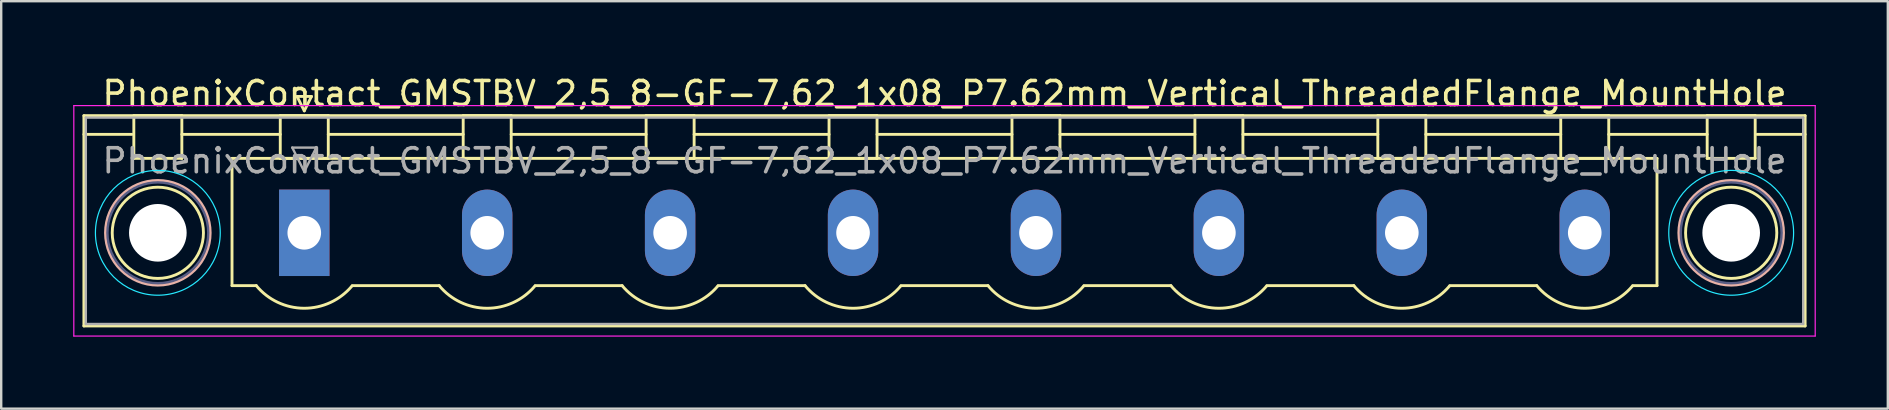
<source format=kicad_pcb>
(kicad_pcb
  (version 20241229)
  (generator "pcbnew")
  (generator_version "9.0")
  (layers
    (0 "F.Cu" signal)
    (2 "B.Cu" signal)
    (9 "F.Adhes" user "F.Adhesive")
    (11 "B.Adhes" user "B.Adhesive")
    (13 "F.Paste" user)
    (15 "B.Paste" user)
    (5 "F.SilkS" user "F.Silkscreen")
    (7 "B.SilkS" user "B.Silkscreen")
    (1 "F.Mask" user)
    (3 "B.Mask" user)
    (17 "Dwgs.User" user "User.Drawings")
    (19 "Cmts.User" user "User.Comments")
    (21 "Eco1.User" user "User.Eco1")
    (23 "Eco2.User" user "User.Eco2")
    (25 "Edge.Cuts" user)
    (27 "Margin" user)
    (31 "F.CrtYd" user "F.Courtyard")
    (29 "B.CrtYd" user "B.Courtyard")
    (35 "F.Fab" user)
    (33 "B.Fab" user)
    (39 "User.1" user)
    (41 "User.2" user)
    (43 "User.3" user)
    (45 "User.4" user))
  (footprint "PhoenixContact_GMSTBV_2,5_8-GF-7,62_1x08_P7.62mm_Vertical_ThreadedFlange_MountHole"
    (layer "F.Cu")
    (at 9.625 6.648)
    (property "Reference" "PhoenixContact_GMSTBV_2,5_8-GF-7,62_1x08_P7.62mm_Vertical_ThreadedFlange_MountHole" (at 26.67 -5.8 0) (layer "F.SilkS") (effects (font (size 1 1) (thickness 0.15))))
    (attr through_hole)
    (fp_line (start -9.18 -4.88) (end -9.18 3.88) (stroke (width 0.12) (type solid)) (layer "F.SilkS"))
    (fp_line (start -9.18 -4.1) (end -7.18 -4.1) (stroke (width 0.12) (type solid)) (layer "F.SilkS"))
    (fp_line (start -9.18 3.88) (end 62.52 3.88) (stroke (width 0.12) (type solid)) (layer "F.SilkS"))
    (fp_line (start -7.1 -4.88) (end -5.1 -4.88) (stroke (width 0.12) (type solid)) (layer "F.SilkS"))
    (fp_line (start -7.1 -3.1) (end -7.1 -4.88) (stroke (width 0.12) (type solid)) (layer "F.SilkS"))
    (fp_line (start -5.1 -4.88) (end -5.1 -3.1) (stroke (width 0.12) (type solid)) (layer "F.SilkS"))
    (fp_line (start -5.1 -4.1) (end -1 -4.1) (stroke (width 0.12) (type solid)) (layer "F.SilkS"))
    (fp_line (start -5.1 -3.1) (end -7.1 -3.1) (stroke (width 0.12) (type solid)) (layer "F.SilkS"))
    (fp_line (start -3.01 -3.1) (end 56.35 -3.1) (stroke (width 0.12) (type solid)) (layer "F.SilkS"))
    (fp_line (start -3.01 2.2) (end -3.01 -3.1) (stroke (width 0.12) (type solid)) (layer "F.SilkS"))
    (fp_line (start -2 2.2) (end -3.01 2.2) (stroke (width 0.12) (type solid)) (layer "F.SilkS"))
    (fp_line (start -1 -4.88) (end 1 -4.88) (stroke (width 0.12) (type solid)) (layer "F.SilkS"))
    (fp_line (start -1 -3.1) (end -1 -4.88) (stroke (width 0.12) (type solid)) (layer "F.SilkS"))
    (fp_line (start -0.3 -5.68) (end 0.3 -5.68) (stroke (width 0.12) (type solid)) (layer "F.SilkS"))
    (fp_line (start 0 -5.08) (end -0.3 -5.68) (stroke (width 0.12) (type solid)) (layer "F.SilkS"))
    (fp_line (start 0.3 -5.68) (end 0 -5.08) (stroke (width 0.12) (type solid)) (layer "F.SilkS"))
    (fp_line (start 1 -4.88) (end 1 -3.1) (stroke (width 0.12) (type solid)) (layer "F.SilkS"))
    (fp_line (start 1 -4.1) (end 6.62 -4.1) (stroke (width 0.12) (type solid)) (layer "F.SilkS"))
    (fp_line (start 1 -3.1) (end -1 -3.1) (stroke (width 0.12) (type solid)) (layer "F.SilkS"))
    (fp_line (start 2 2.2) (end 5.62 2.2) (stroke (width 0.12) (type solid)) (layer "F.SilkS"))
    (fp_line (start 6.62 -4.88) (end 8.62 -4.88) (stroke (width 0.12) (type solid)) (layer "F.SilkS"))
    (fp_line (start 6.62 -3.1) (end 6.62 -4.88) (stroke (width 0.12) (type solid)) (layer "F.SilkS"))
    (fp_line (start 8.62 -4.88) (end 8.62 -3.1) (stroke (width 0.12) (type solid)) (layer "F.SilkS"))
    (fp_line (start 8.62 -4.1) (end 14.24 -4.1) (stroke (width 0.12) (type solid)) (layer "F.SilkS"))
    (fp_line (start 8.62 -3.1) (end 6.62 -3.1) (stroke (width 0.12) (type solid)) (layer "F.SilkS"))
    (fp_line (start 9.62 2.2) (end 13.24 2.2) (stroke (width 0.12) (type solid)) (layer "F.SilkS"))
    (fp_line (start 14.24 -4.88) (end 16.24 -4.88) (stroke (width 0.12) (type solid)) (layer "F.SilkS"))
    (fp_line (start 14.24 -3.1) (end 14.24 -4.88) (stroke (width 0.12) (type solid)) (layer "F.SilkS"))
    (fp_line (start 16.24 -4.88) (end 16.24 -3.1) (stroke (width 0.12) (type solid)) (layer "F.SilkS"))
    (fp_line (start 16.24 -4.1) (end 21.86 -4.1) (stroke (width 0.12) (type solid)) (layer "F.SilkS"))
    (fp_line (start 16.24 -3.1) (end 14.24 -3.1) (stroke (width 0.12) (type solid)) (layer "F.SilkS"))
    (fp_line (start 17.24 2.2) (end 20.86 2.2) (stroke (width 0.12) (type solid)) (layer "F.SilkS"))
    (fp_line (start 21.86 -4.88) (end 23.86 -4.88) (stroke (width 0.12) (type solid)) (layer "F.SilkS"))
    (fp_line (start 21.86 -3.1) (end 21.86 -4.88) (stroke (width 0.12) (type solid)) (layer "F.SilkS"))
    (fp_line (start 23.86 -4.88) (end 23.86 -3.1) (stroke (width 0.12) (type solid)) (layer "F.SilkS"))
    (fp_line (start 23.86 -4.1) (end 29.48 -4.1) (stroke (width 0.12) (type solid)) (layer "F.SilkS"))
    (fp_line (start 23.86 -3.1) (end 21.86 -3.1) (stroke (width 0.12) (type solid)) (layer "F.SilkS"))
    (fp_line (start 24.86 2.2) (end 28.48 2.2) (stroke (width 0.12) (type solid)) (layer "F.SilkS"))
    (fp_line (start 29.48 -4.88) (end 31.48 -4.88) (stroke (width 0.12) (type solid)) (layer "F.SilkS"))
    (fp_line (start 29.48 -3.1) (end 29.48 -4.88) (stroke (width 0.12) (type solid)) (layer "F.SilkS"))
    (fp_line (start 31.48 -4.88) (end 31.48 -3.1) (stroke (width 0.12) (type solid)) (layer "F.SilkS"))
    (fp_line (start 31.48 -4.1) (end 37.1 -4.1) (stroke (width 0.12) (type solid)) (layer "F.SilkS"))
    (fp_line (start 31.48 -3.1) (end 29.48 -3.1) (stroke (width 0.12) (type solid)) (layer "F.SilkS"))
    (fp_line (start 32.48 2.2) (end 36.1 2.2) (stroke (width 0.12) (type solid)) (layer "F.SilkS"))
    (fp_line (start 37.1 -4.88) (end 39.1 -4.88) (stroke (width 0.12) (type solid)) (layer "F.SilkS"))
    (fp_line (start 37.1 -3.1) (end 37.1 -4.88) (stroke (width 0.12) (type solid)) (layer "F.SilkS"))
    (fp_line (start 39.1 -4.88) (end 39.1 -3.1) (stroke (width 0.12) (type solid)) (layer "F.SilkS"))
    (fp_line (start 39.1 -4.1) (end 44.72 -4.1) (stroke (width 0.12) (type solid)) (layer "F.SilkS"))
    (fp_line (start 39.1 -3.1) (end 37.1 -3.1) (stroke (width 0.12) (type solid)) (layer "F.SilkS"))
    (fp_line (start 40.1 2.2) (end 43.72 2.2) (stroke (width 0.12) (type solid)) (layer "F.SilkS"))
    (fp_line (start 44.72 -4.88) (end 46.72 -4.88) (stroke (width 0.12) (type solid)) (layer "F.SilkS"))
    (fp_line (start 44.72 -3.1) (end 44.72 -4.88) (stroke (width 0.12) (type solid)) (layer "F.SilkS"))
    (fp_line (start 46.72 -4.88) (end 46.72 -3.1) (stroke (width 0.12) (type solid)) (layer "F.SilkS"))
    (fp_line (start 46.72 -4.1) (end 52.34 -4.1) (stroke (width 0.12) (type solid)) (layer "F.SilkS"))
    (fp_line (start 46.72 -3.1) (end 44.72 -3.1) (stroke (width 0.12) (type solid)) (layer "F.SilkS"))
    (fp_line (start 47.72 2.2) (end 51.34 2.2) (stroke (width 0.12) (type solid)) (layer "F.SilkS"))
    (fp_line (start 52.34 -4.88) (end 54.34 -4.88) (stroke (width 0.12) (type solid)) (layer "F.SilkS"))
    (fp_line (start 52.34 -3.1) (end 52.34 -4.88) (stroke (width 0.12) (type solid)) (layer "F.SilkS"))
    (fp_line (start 54.34 -4.88) (end 54.34 -3.1) (stroke (width 0.12) (type solid)) (layer "F.SilkS"))
    (fp_line (start 54.34 -4.1) (end 58.44 -4.1) (stroke (width 0.12) (type solid)) (layer "F.SilkS"))
    (fp_line (start 54.34 -3.1) (end 52.34 -3.1) (stroke (width 0.12) (type solid)) (layer "F.SilkS"))
    (fp_line (start 56.35 -3.1) (end 56.35 2.2) (stroke (width 0.12) (type solid)) (layer "F.SilkS"))
    (fp_line (start 56.35 2.2) (end 55.34 2.2) (stroke (width 0.12) (type solid)) (layer "F.SilkS"))
    (fp_line (start 58.44 -4.88) (end 60.44 -4.88) (stroke (width 0.12) (type solid)) (layer "F.SilkS"))
    (fp_line (start 58.44 -3.1) (end 58.44 -4.88) (stroke (width 0.12) (type solid)) (layer "F.SilkS"))
    (fp_line (start 60.44 -4.88) (end 60.44 -3.1) (stroke (width 0.12) (type solid)) (layer "F.SilkS"))
    (fp_line (start 60.44 -3.1) (end 58.44 -3.1) (stroke (width 0.12) (type solid)) (layer "F.SilkS"))
    (fp_line (start 62.52 -4.88) (end -9.18 -4.88) (stroke (width 0.12) (type solid)) (layer "F.SilkS"))
    (fp_line (start 62.52 -4.1) (end 60.52 -4.1) (stroke (width 0.12) (type solid)) (layer "F.SilkS"))
    (fp_line (start 62.52 3.88) (end 62.52 -4.88) (stroke (width 0.12) (type solid)) (layer "F.SilkS"))
    (fp_arc (start 1.986842 2.215821) (mid -0.010289 3.142758) (end -2 2.2) (stroke (width 0.12) (type solid)) (layer "F.SilkS"))
    (fp_arc (start 9.606842 2.215821) (mid 7.609711 3.142758) (end 5.62 2.2) (stroke (width 0.12) (type solid)) (layer "F.SilkS"))
    (fp_arc (start 17.226842 2.215821) (mid 15.229711 3.142758) (end 13.24 2.2) (stroke (width 0.12) (type solid)) (layer "F.SilkS"))
    (fp_arc (start 24.846842 2.215821) (mid 22.849711 3.142758) (end 20.86 2.2) (stroke (width 0.12) (type solid)) (layer "F.SilkS"))
    (fp_arc (start 32.466842 2.215821) (mid 30.469711 3.142758) (end 28.48 2.2) (stroke (width 0.12) (type solid)) (layer "F.SilkS"))
    (fp_arc (start 40.086842 2.215821) (mid 38.089711 3.142758) (end 36.1 2.2) (stroke (width 0.12) (type solid)) (layer "F.SilkS"))
    (fp_arc (start 47.706842 2.215821) (mid 45.709711 3.142758) (end 43.72 2.2) (stroke (width 0.12) (type solid)) (layer "F.SilkS"))
    (fp_arc (start 55.326842 2.215821) (mid 53.329711 3.142758) (end 51.34 2.2) (stroke (width 0.12) (type solid)) (layer "F.SilkS"))
    (fp_circle (center -6.1 0) (end -4.2 0) (stroke (width 0.12) (type solid)) (fill no) (layer "F.SilkS"))
    (fp_circle (center 59.44 0) (end 61.34 0) (stroke (width 0.12) (type solid)) (fill no) (layer "F.SilkS"))
    (fp_circle (center -6.1 0) (end -3.92 0) (stroke (width 0.12) (type solid)) (fill no) (layer "B.SilkS"))
    (fp_circle (center 59.44 0) (end 61.62 0) (stroke (width 0.12) (type solid)) (fill no) (layer "B.SilkS"))
    (fp_circle (center -6.1 0) (end -3.5 0) (stroke (width 0.05) (type solid)) (fill no) (layer "B.CrtYd"))
    (fp_circle (center 59.44 0) (end 62.04 0) (stroke (width 0.05) (type solid)) (fill no) (layer "B.CrtYd"))
    (fp_line (start -9.6 -5.3) (end -9.6 4.3) (stroke (width 0.05) (type solid)) (layer "F.CrtYd"))
    (fp_line (start -9.6 4.3) (end 62.94 4.3) (stroke (width 0.05) (type solid)) (layer "F.CrtYd"))
    (fp_line (start 62.94 -5.3) (end -9.6 -5.3) (stroke (width 0.05) (type solid)) (layer "F.CrtYd"))
    (fp_line (start 62.94 4.3) (end 62.94 -5.3) (stroke (width 0.05) (type solid)) (layer "F.CrtYd"))
    (fp_circle (center -6.1 0) (end -4 0) (stroke (width 0.1) (type solid)) (fill no) (layer "B.Fab"))
    (fp_circle (center 59.44 0) (end 61.54 0) (stroke (width 0.1) (type solid)) (fill no) (layer "B.Fab"))
    (fp_line (start -9.1 -4.8) (end -9.1 3.8) (stroke (width 0.1) (type solid)) (layer "F.Fab"))
    (fp_line (start -9.1 3.8) (end 62.44 3.8) (stroke (width 0.1) (type solid)) (layer "F.Fab"))
    (fp_line (start -0.5 -3.55) (end 0.5 -3.55) (stroke (width 0.1) (type solid)) (layer "F.Fab"))
    (fp_line (start 0 -2.55) (end -0.5 -3.55) (stroke (width 0.1) (type solid)) (layer "F.Fab"))
    (fp_line (start 0.5 -3.55) (end 0 -2.55) (stroke (width 0.1) (type solid)) (layer "F.Fab"))
    (fp_line (start 62.44 -4.8) (end -9.1 -4.8) (stroke (width 0.1) (type solid)) (layer "F.Fab"))
    (fp_line (start 62.44 3.8) (end 62.44 -4.8) (stroke (width 0.1) (type solid)) (layer "F.Fab"))
    (fp_text user "${REFERENCE}" (at 26.67 -3 0) (layer "F.Fab") (effects (font (size 1 1) (thickness 0.15))))
    (pad "" np_thru_hole circle (at -6.1 0) (size 2.4 2.4) (drill 2.4) (layers "*.Cu" "*.Mask"))
    (pad "" np_thru_hole circle (at 59.44 0) (size 2.4 2.4) (drill 2.4) (layers "*.Cu" "*.Mask"))
    (pad "1" thru_hole rect (at 0 0) (size 2.1 3.6) (drill 1.4) (layers "*.Cu" "*.Mask"))
    (pad "2" thru_hole oval (at 7.62 0) (size 2.1 3.6) (drill 1.4) (layers "*.Cu" "*.Mask"))
    (pad "3" thru_hole oval (at 15.24 0) (size 2.1 3.6) (drill 1.4) (layers "*.Cu" "*.Mask"))
    (pad "4" thru_hole oval (at 22.86 0) (size 2.1 3.6) (drill 1.4) (layers "*.Cu" "*.Mask"))
    (pad "5" thru_hole oval (at 30.48 0) (size 2.1 3.6) (drill 1.4) (layers "*.Cu" "*.Mask"))
    (pad "6" thru_hole oval (at 38.1 0) (size 2.1 3.6) (drill 1.4) (layers "*.Cu" "*.Mask"))
    (pad "7" thru_hole oval (at 45.72 0) (size 2.1 3.6) (drill 1.4) (layers "*.Cu" "*.Mask"))
    (pad "8" thru_hole oval (at 53.34 0) (size 2.1 3.6) (drill 1.4) (layers "*.Cu" "*.Mask")))
  (gr_rect
    (start -3 -3)
    (end 75.59 13.973)
    (stroke (width 0.1) (type default))
    (fill no)
    (layer "Edge.Cuts")))
</source>
